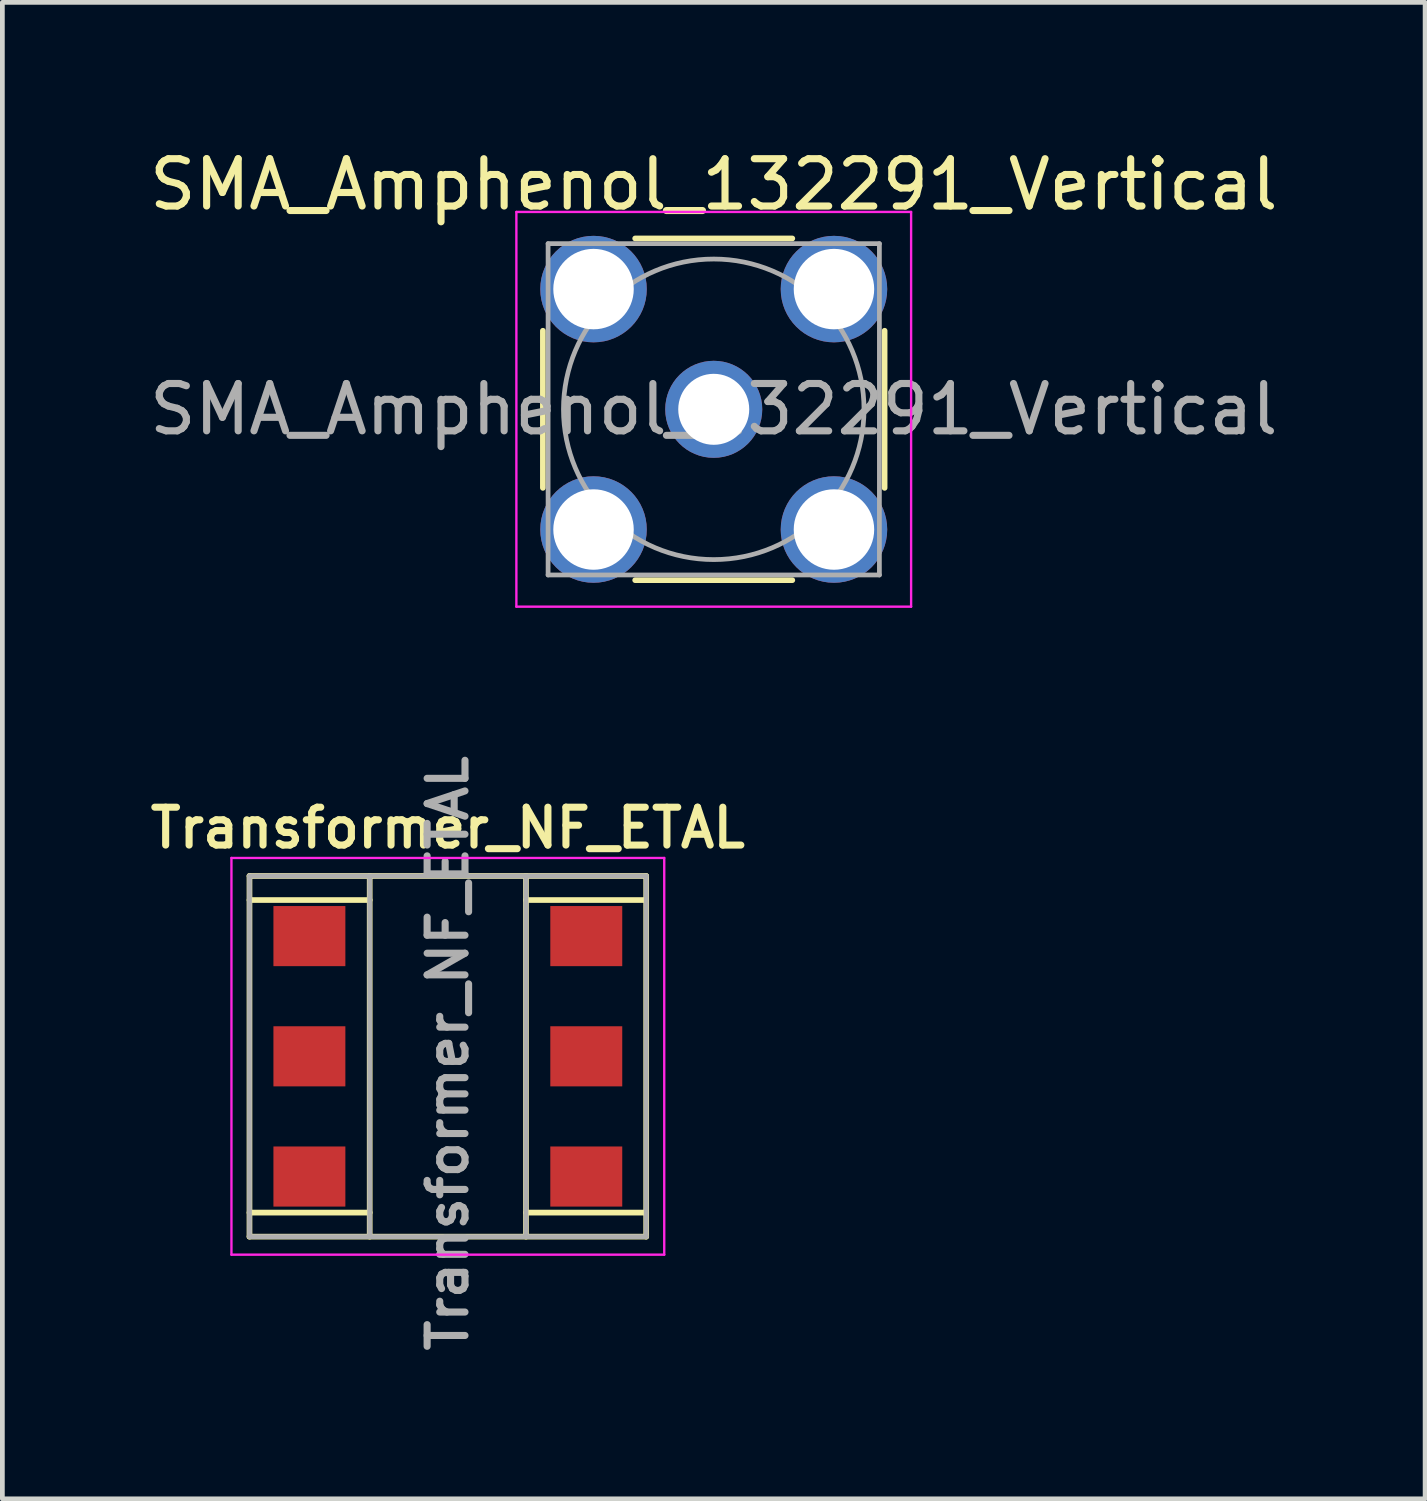
<source format=kicad_pcb>
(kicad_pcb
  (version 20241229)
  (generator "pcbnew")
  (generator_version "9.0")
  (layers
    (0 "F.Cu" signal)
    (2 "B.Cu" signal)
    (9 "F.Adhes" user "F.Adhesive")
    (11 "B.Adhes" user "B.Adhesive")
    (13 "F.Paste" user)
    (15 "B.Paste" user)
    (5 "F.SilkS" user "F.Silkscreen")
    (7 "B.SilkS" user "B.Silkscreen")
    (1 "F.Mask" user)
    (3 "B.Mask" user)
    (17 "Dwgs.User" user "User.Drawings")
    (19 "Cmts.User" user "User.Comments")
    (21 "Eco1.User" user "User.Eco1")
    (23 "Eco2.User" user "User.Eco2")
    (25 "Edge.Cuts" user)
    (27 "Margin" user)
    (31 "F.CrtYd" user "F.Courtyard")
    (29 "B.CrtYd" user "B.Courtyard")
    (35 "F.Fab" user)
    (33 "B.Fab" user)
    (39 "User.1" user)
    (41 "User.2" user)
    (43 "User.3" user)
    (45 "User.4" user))
  (footprint "SMA_Amphenol_132291_Vertical"
    (layer "F.Cu")
    (at 12.03 5.598)
    (property "Reference" "SMA_Amphenol_132291_Vertical" (at 0 -4.75 0) (layer "F.SilkS") (effects (font (size 1 1) (thickness 0.15))))
    (attr through_hole)
    (fp_line (start -3.61 -1.66) (end -3.61 1.66) (stroke (width 0.12) (type solid)) (layer "F.SilkS"))
    (fp_line (start -1.66 -3.61) (end 1.66 -3.61) (stroke (width 0.12) (type solid)) (layer "F.SilkS"))
    (fp_line (start -1.66 3.61) (end 1.66 3.61) (stroke (width 0.12) (type solid)) (layer "F.SilkS"))
    (fp_line (start 3.61 -1.66) (end 3.61 1.66) (stroke (width 0.12) (type solid)) (layer "F.SilkS"))
    (fp_line (start -4.17 -4.17) (end -4.17 4.17) (stroke (width 0.05) (type solid)) (layer "F.CrtYd"))
    (fp_line (start -4.17 -4.17) (end 4.17 -4.17) (stroke (width 0.05) (type solid)) (layer "F.CrtYd"))
    (fp_line (start 4.17 4.17) (end -4.17 4.17) (stroke (width 0.05) (type solid)) (layer "F.CrtYd"))
    (fp_line (start 4.17 4.17) (end 4.17 -4.17) (stroke (width 0.05) (type solid)) (layer "F.CrtYd"))
    (fp_line (start -3.5 -3.5) (end -3.5 3.5) (stroke (width 0.1) (type solid)) (layer "F.Fab"))
    (fp_line (start -3.5 -3.5) (end 3.5 -3.5) (stroke (width 0.1) (type solid)) (layer "F.Fab"))
    (fp_line (start -3.5 3.5) (end 3.5 3.5) (stroke (width 0.1) (type solid)) (layer "F.Fab"))
    (fp_line (start 3.5 -3.5) (end 3.5 3.5) (stroke (width 0.1) (type solid)) (layer "F.Fab"))
    (fp_circle (center 0 0) (end 3.175 0) (stroke (width 0.1) (type solid)) (fill no) (layer "F.Fab"))
    (fp_text user "${REFERENCE}" (at 0 0 0) (layer "F.Fab") (effects (font (size 1 1) (thickness 0.15))))
    (pad "1" thru_hole circle (at 0 0) (size 2.05 2.05) (drill 1.5) (layers "*.Cu" "*.Mask"))
    (pad "2" thru_hole circle (at -2.54 -2.54) (size 2.25 2.25) (drill 1.7) (layers "*.Cu" "*.Mask"))
    (pad "2" thru_hole circle (at -2.54 2.54) (size 2.25 2.25) (drill 1.7) (layers "*.Cu" "*.Mask"))
    (pad "2" thru_hole circle (at 2.54 -2.54) (size 2.25 2.25) (drill 1.7) (layers "*.Cu" "*.Mask"))
    (pad "2" thru_hole circle (at 2.54 2.54) (size 2.25 2.25) (drill 1.7) (layers "*.Cu" "*.Mask")))
  (footprint "Transformer_NF_ETAL"
    (layer "F.Cu")
    (at 6.412 19.268)
    (property "Reference" "Transformer_NF_ETAL" (at 0 -4.826 0) (layer "F.SilkS") (effects (font (size 0.8 0.8) (thickness 0.15))))
    (attr through_hole)
    (fp_line (start -4.191 -3.81) (end -4.191 3.81) (stroke (width 0.12) (type solid)) (layer "F.SilkS"))
    (fp_line (start -4.191 3.81) (end 4.191 3.81) (stroke (width 0.12) (type solid)) (layer "F.SilkS"))
    (fp_line (start -1.651 -3.302) (end -4.191 -3.302) (stroke (width 0.12) (type solid)) (layer "F.SilkS"))
    (fp_line (start -1.651 3.302) (end -4.191 3.302) (stroke (width 0.12) (type solid)) (layer "F.SilkS"))
    (fp_line (start -1.651 3.81) (end -1.651 -3.81) (stroke (width 0.12) (type solid)) (layer "F.SilkS"))
    (fp_line (start 1.651 -3.81) (end 1.651 3.81) (stroke (width 0.12) (type solid)) (layer "F.SilkS"))
    (fp_line (start 4.191 -3.81) (end -4.191 -3.81) (stroke (width 0.12) (type solid)) (layer "F.SilkS"))
    (fp_line (start 4.191 -3.302) (end 1.651 -3.302) (stroke (width 0.12) (type solid)) (layer "F.SilkS"))
    (fp_line (start 4.191 3.302) (end 1.651 3.302) (stroke (width 0.12) (type solid)) (layer "F.SilkS"))
    (fp_line (start 4.191 3.81) (end 4.191 -3.81) (stroke (width 0.12) (type solid)) (layer "F.SilkS"))
    (fp_line (start -4.572 -4.191) (end -4.572 4.191) (stroke (width 0.05) (type solid)) (layer "F.CrtYd"))
    (fp_line (start -4.572 -4.191) (end 4.572 -4.191) (stroke (width 0.05) (type solid)) (layer "F.CrtYd"))
    (fp_line (start 4.572 4.191) (end -4.572 4.191) (stroke (width 0.05) (type solid)) (layer "F.CrtYd"))
    (fp_line (start 4.572 4.191) (end 4.572 -4.191) (stroke (width 0.05) (type solid)) (layer "F.CrtYd"))
    (fp_line (start -4.191 -3.81) (end -4.191 3.81) (stroke (width 0.1) (type solid)) (layer "F.Fab"))
    (fp_line (start -4.191 3.81) (end 4.191 3.81) (stroke (width 0.1) (type solid)) (layer "F.Fab"))
    (fp_line (start -1.651 -3.81) (end -1.651 3.81) (stroke (width 0.1) (type solid)) (layer "F.Fab"))
    (fp_line (start 1.651 -3.81) (end 1.651 3.81) (stroke (width 0.1) (type solid)) (layer "F.Fab"))
    (fp_line (start 4.191 -3.81) (end -4.191 -3.81) (stroke (width 0.1) (type solid)) (layer "F.Fab"))
    (fp_line (start 4.191 -3.81) (end 4.191 3.81) (stroke (width 0.1) (type solid)) (layer "F.Fab"))
    (fp_text user "${REFERENCE}" (at 0 -0.064 90) (layer "F.Fab") (effects (font (size 0.8 0.8) (thickness 0.15))))
    (pad "1" smd rect (at -2.925 -2.54) (size 1.52 1.27) (layers "F.Cu" "F.Mask" "F.Paste"))
    (pad "2" smd rect (at -2.925 0) (size 1.52 1.27) (layers "F.Cu" "F.Mask" "F.Paste"))
    (pad "3" smd rect (at -2.925 2.54) (size 1.52 1.27) (layers "F.Cu" "F.Mask" "F.Paste"))
    (pad "4" smd rect (at 2.925 2.54) (size 1.52 1.27) (layers "F.Cu" "F.Mask" "F.Paste"))
    (pad "5" smd rect (at 2.925 0) (size 1.52 1.27) (layers "F.Cu" "F.Mask" "F.Paste"))
    (pad "6" smd rect (at 2.925 -2.54) (size 1.52 1.27) (layers "F.Cu" "F.Mask" "F.Paste")))
  (gr_rect
    (start -3 -3)
    (end 27.06 28.617)
    (stroke (width 0.1) (type default))
    (fill no)
    (layer "Edge.Cuts")))
</source>
